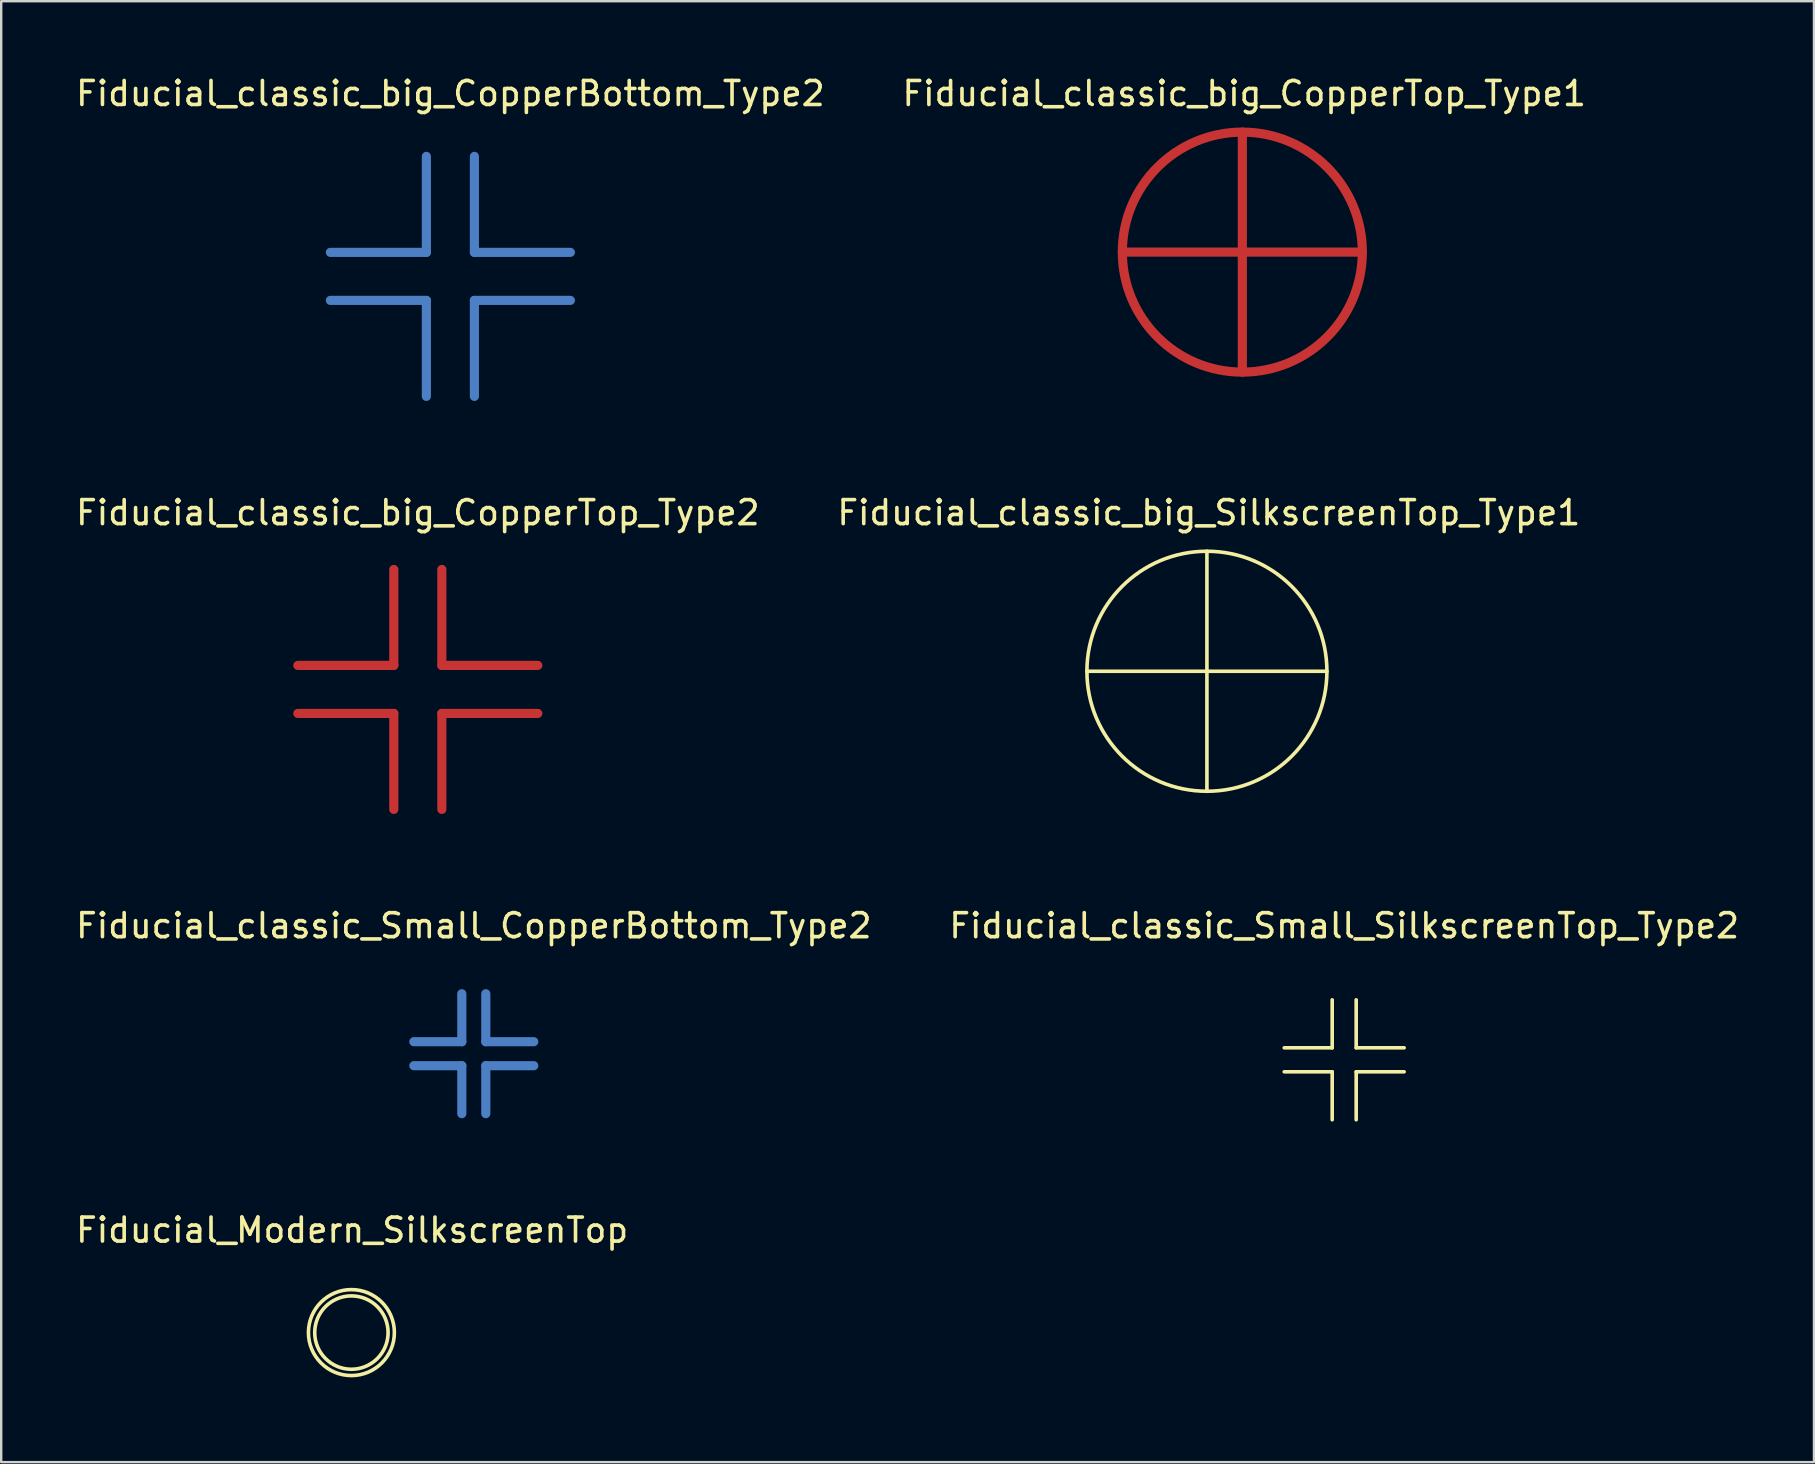
<source format=kicad_pcb>
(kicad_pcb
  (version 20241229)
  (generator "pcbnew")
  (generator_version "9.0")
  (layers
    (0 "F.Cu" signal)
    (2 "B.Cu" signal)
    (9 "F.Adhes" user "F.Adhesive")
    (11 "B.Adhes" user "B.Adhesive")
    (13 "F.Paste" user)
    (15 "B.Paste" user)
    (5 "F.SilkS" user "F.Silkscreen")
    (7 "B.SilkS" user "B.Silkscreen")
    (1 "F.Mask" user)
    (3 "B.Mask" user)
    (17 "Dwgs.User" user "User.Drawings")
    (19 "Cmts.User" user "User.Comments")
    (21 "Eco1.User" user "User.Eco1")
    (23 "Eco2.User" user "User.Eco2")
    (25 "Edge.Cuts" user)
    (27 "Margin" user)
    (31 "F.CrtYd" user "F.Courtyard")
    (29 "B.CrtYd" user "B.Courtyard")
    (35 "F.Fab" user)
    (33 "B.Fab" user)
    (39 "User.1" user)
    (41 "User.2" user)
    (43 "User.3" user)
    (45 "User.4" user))
  (footprint "Fiducial_Modern_SilkscreenTop"
    (layer "F.Cu")
    (at 11.595 52.486)
    (property "Reference" "Fiducial_Modern_SilkscreenTop" (at 0.03 -4.27 0) (layer "F.SilkS") (effects (font (size 1 1) (thickness 0.15))))
    (attr through_hole)
    (fp_circle (center 0 0) (end 1.529 0) (stroke (width 0.15) (type solid)) (fill no) (layer "F.SilkS"))
    (fp_circle (center 0 0) (end 1.791 0) (stroke (width 0.15) (type solid)) (fill no) (layer "F.SilkS"))
    (pad "" smd circle (at 0 0) (size 4.801 4.801) (layers "F.Mask")))
  (footprint "Fiducial_classic_Small_SilkscreenTop_Type2"
    (layer "F.Cu")
    (at 52.97 41.118)
    (property "Reference" "Fiducial_classic_Small_SilkscreenTop_Type2" (at 0 -5.588 0) (layer "F.SilkS") (effects (font (size 1 1) (thickness 0.15))))
    (attr through_hole)
    (fp_line (start -0.5 -0.5) (end -2.499 -0.5) (stroke (width 0.15) (type solid)) (layer "F.SilkS"))
    (fp_line (start -0.5 -0.5) (end -0.5 -2.499) (stroke (width 0.15) (type solid)) (layer "F.SilkS"))
    (fp_line (start -0.5 0.5) (end -2.499 0.5) (stroke (width 0.15) (type solid)) (layer "F.SilkS"))
    (fp_line (start -0.5 0.5) (end -0.5 2.499) (stroke (width 0.15) (type solid)) (layer "F.SilkS"))
    (fp_line (start 0.5 -0.5) (end 0.5 -2.499) (stroke (width 0.15) (type solid)) (layer "F.SilkS"))
    (fp_line (start 0.5 -0.5) (end 2.499 -0.5) (stroke (width 0.15) (type solid)) (layer "F.SilkS"))
    (fp_line (start 0.5 0.5) (end 0.5 2.499) (stroke (width 0.15) (type solid)) (layer "F.SilkS"))
    (fp_line (start 0.5 0.5) (end 2.499 0.5) (stroke (width 0.15) (type solid)) (layer "F.SilkS"))
    (pad "" smd circle (at 0 0) (size 6.5 6.5) (layers "F.Mask")))
  (footprint "Fiducial_classic_Small_CopperBottom_Type2"
    (layer "F.Cu")
    (at 16.696 40.864)
    (property "Reference" "Fiducial_classic_Small_CopperBottom_Type2" (at 0 -5.334 0) (layer "F.SilkS") (effects (font (size 1 1) (thickness 0.15))))
    (attr through_hole)
    (fp_line (start -0.5 -0.5) (end -2.499 -0.5) (stroke (width 0.381) (type solid)) (layer "B.Cu"))
    (fp_line (start -0.5 -0.5) (end -0.5 -2.499) (stroke (width 0.381) (type solid)) (layer "B.Cu"))
    (fp_line (start -0.5 0.5) (end -2.499 0.5) (stroke (width 0.381) (type solid)) (layer "B.Cu"))
    (fp_line (start -0.5 0.5) (end -0.5 2.499) (stroke (width 0.381) (type solid)) (layer "B.Cu"))
    (fp_line (start 0.5 -0.5) (end 0.5 -2.499) (stroke (width 0.381) (type solid)) (layer "B.Cu"))
    (fp_line (start 0.5 -0.5) (end 2.499 -0.5) (stroke (width 0.381) (type solid)) (layer "B.Cu"))
    (fp_line (start 0.5 0.5) (end 0.5 2.499) (stroke (width 0.381) (type solid)) (layer "B.Cu"))
    (fp_line (start 0.5 0.5) (end 2.499 0.5) (stroke (width 0.381) (type solid)) (layer "B.Cu"))
    (pad "" smd circle (at 0 0) (size 6.5 6.5) (layers "B.Mask")))
  (footprint "Fiducial_classic_big_CopperTop_Type1"
    (layer "F.Cu")
    (at 48.725 7.457)
    (property "Reference" "Fiducial_classic_big_CopperTop_Type1" (at 0.079 -6.609 0) (layer "F.SilkS") (effects (font (size 1 1) (thickness 0.15))))
    (attr through_hole)
    (fp_line (start -5.001 0) (end 5.001 0) (stroke (width 0.381) (type solid)) (layer "F.Cu"))
    (fp_line (start 0 -5.001) (end 0 5.001) (stroke (width 0.381) (type solid)) (layer "F.Cu"))
    (fp_circle (center 0 0) (end 5.001 0) (stroke (width 0.381) (type solid)) (fill no) (layer "F.Cu"))
    (pad "" smd circle (at 0 0) (size 11.001 11.001) (layers "F.Mask")))
  (footprint "Fiducial_classic_big_SilkscreenTop_Type1"
    (layer "F.Cu")
    (at 47.249 24.925)
    (property "Reference" "Fiducial_classic_big_SilkscreenTop_Type1" (at 0.079 -6.609 0) (layer "F.SilkS") (effects (font (size 1 1) (thickness 0.15))))
    (attr through_hole)
    (fp_line (start -5.001 0) (end 5.001 0) (stroke (width 0.15) (type solid)) (layer "F.SilkS"))
    (fp_line (start 0 -5.001) (end 0 5.001) (stroke (width 0.15) (type solid)) (layer "F.SilkS"))
    (fp_circle (center 0 0) (end 5.001 0) (stroke (width 0.15) (type solid)) (fill no) (layer "F.SilkS"))
    (pad "" smd circle (at 0 0) (size 11.001 11.001) (layers "F.Mask")))
  (footprint "Fiducial_classic_big_CopperTop_Type2"
    (layer "F.Cu")
    (at 14.363 25.682)
    (property "Reference" "Fiducial_classic_big_CopperTop_Type2" (at 0 -7.366 0) (layer "F.SilkS") (effects (font (size 1 1) (thickness 0.15))))
    (attr through_hole)
    (fp_line (start -1.001 -1.001) (end -5.001 -1.001) (stroke (width 0.381) (type solid)) (layer "F.Cu"))
    (fp_line (start -1.001 -1.001) (end -1.001 -5.001) (stroke (width 0.381) (type solid)) (layer "F.Cu"))
    (fp_line (start -1.001 1.001) (end -5.001 1.001) (stroke (width 0.381) (type solid)) (layer "F.Cu"))
    (fp_line (start -1.001 1.001) (end -1.001 5.001) (stroke (width 0.381) (type solid)) (layer "F.Cu"))
    (fp_line (start 1.001 -1.001) (end 1.001 -5.001) (stroke (width 0.381) (type solid)) (layer "F.Cu"))
    (fp_line (start 1.001 -1.001) (end 5.001 -1.001) (stroke (width 0.381) (type solid)) (layer "F.Cu"))
    (fp_line (start 1.001 1.001) (end 1.001 5.001) (stroke (width 0.381) (type solid)) (layer "F.Cu"))
    (fp_line (start 1.001 1.001) (end 5.001 1.001) (stroke (width 0.381) (type solid)) (layer "F.Cu"))
    (pad "" smd rect (at 0 0) (size 11.999 11.999) (layers "F.Mask")))
  (footprint "Fiducial_classic_big_CopperBottom_Type2"
    (layer "F.Cu")
    (at 15.72 8.468)
    (property "Reference" "Fiducial_classic_big_CopperBottom_Type2" (at 0 -7.62 0) (layer "F.SilkS") (effects (font (size 1 1) (thickness 0.15))))
    (attr through_hole)
    (fp_line (start -1.001 -1.001) (end -5.001 -1.001) (stroke (width 0.381) (type solid)) (layer "B.Cu"))
    (fp_line (start -1.001 -1.001) (end -1.001 -5.001) (stroke (width 0.381) (type solid)) (layer "B.Cu"))
    (fp_line (start -1.001 1.001) (end -5.001 1.001) (stroke (width 0.381) (type solid)) (layer "B.Cu"))
    (fp_line (start -1.001 1.001) (end -1.001 5.001) (stroke (width 0.381) (type solid)) (layer "B.Cu"))
    (fp_line (start 1.001 -1.001) (end 1.001 -5.001) (stroke (width 0.381) (type solid)) (layer "B.Cu"))
    (fp_line (start 1.001 -1.001) (end 5.001 -1.001) (stroke (width 0.381) (type solid)) (layer "B.Cu"))
    (fp_line (start 1.001 1.001) (end 1.001 5.001) (stroke (width 0.381) (type solid)) (layer "B.Cu"))
    (fp_line (start 1.001 1.001) (end 5.001 1.001) (stroke (width 0.381) (type solid)) (layer "B.Cu"))
    (pad "" smd rect (at 0 0) (size 11.999 11.999) (layers "B.Mask")))
  (gr_rect
    (start -3 -3)
    (end 72.548 57.886)
    (stroke (width 0.1) (type default))
    (fill no)
    (layer "Edge.Cuts")))
</source>
